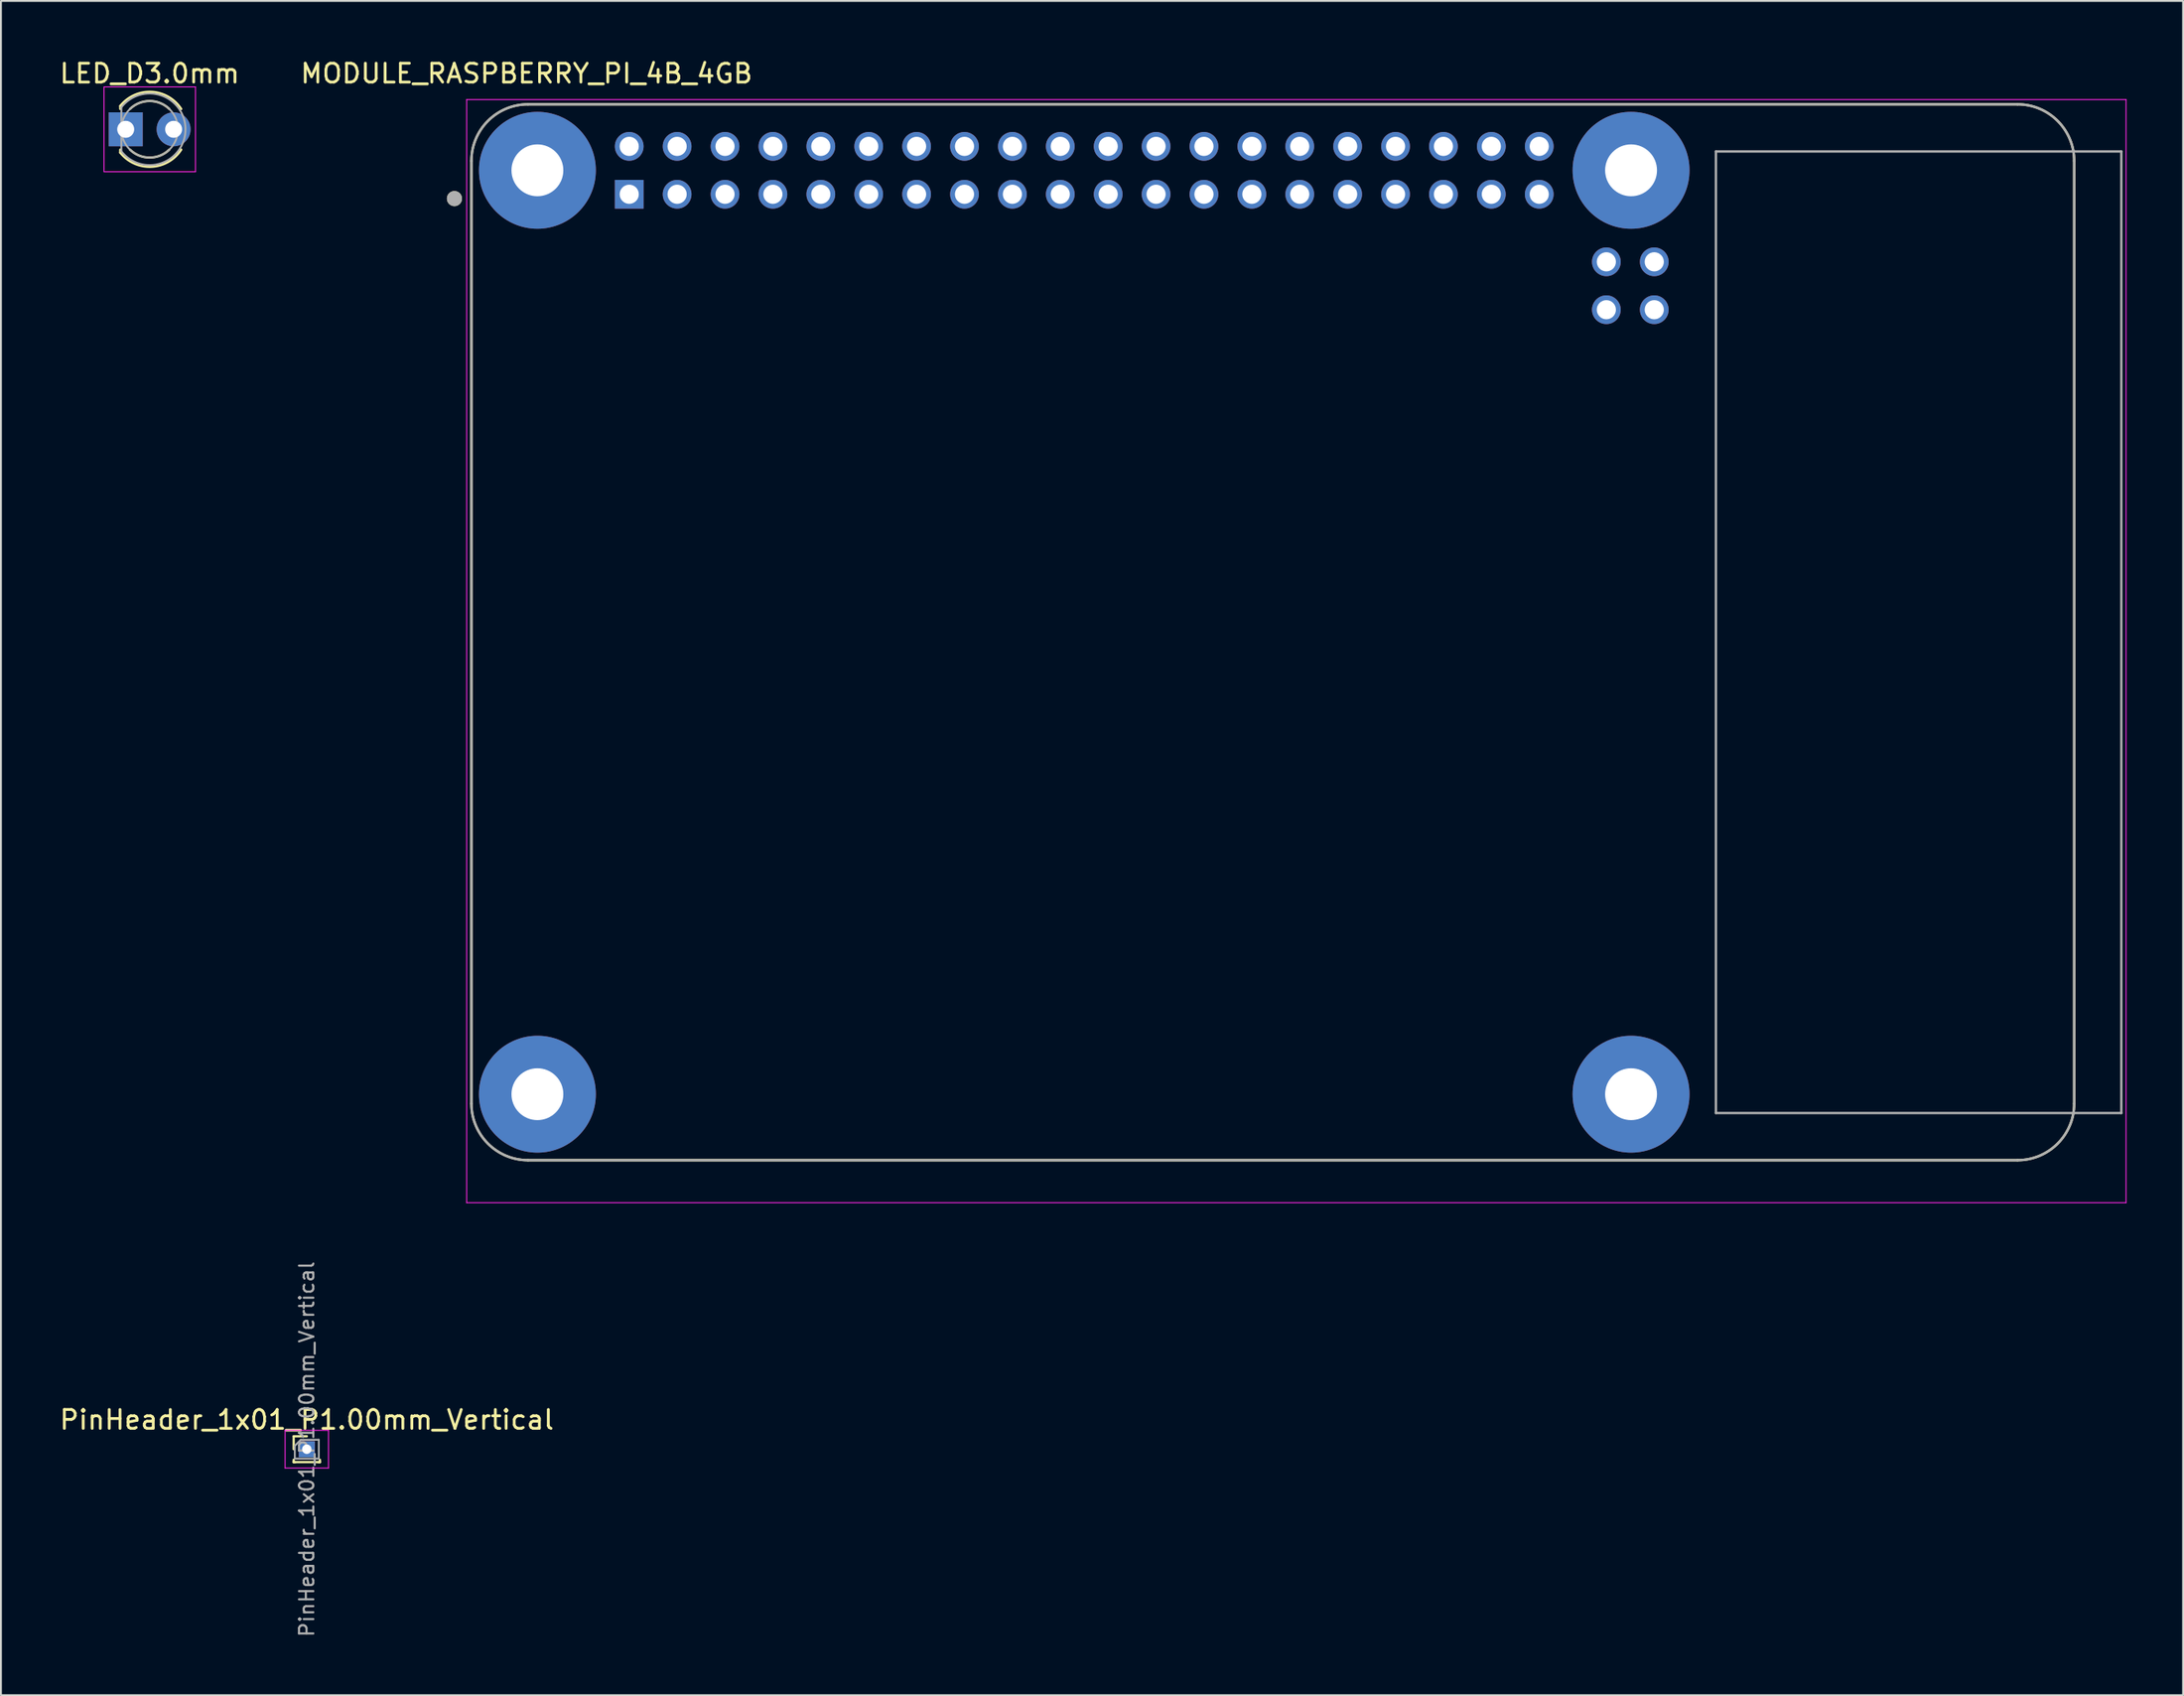
<source format=kicad_pcb>
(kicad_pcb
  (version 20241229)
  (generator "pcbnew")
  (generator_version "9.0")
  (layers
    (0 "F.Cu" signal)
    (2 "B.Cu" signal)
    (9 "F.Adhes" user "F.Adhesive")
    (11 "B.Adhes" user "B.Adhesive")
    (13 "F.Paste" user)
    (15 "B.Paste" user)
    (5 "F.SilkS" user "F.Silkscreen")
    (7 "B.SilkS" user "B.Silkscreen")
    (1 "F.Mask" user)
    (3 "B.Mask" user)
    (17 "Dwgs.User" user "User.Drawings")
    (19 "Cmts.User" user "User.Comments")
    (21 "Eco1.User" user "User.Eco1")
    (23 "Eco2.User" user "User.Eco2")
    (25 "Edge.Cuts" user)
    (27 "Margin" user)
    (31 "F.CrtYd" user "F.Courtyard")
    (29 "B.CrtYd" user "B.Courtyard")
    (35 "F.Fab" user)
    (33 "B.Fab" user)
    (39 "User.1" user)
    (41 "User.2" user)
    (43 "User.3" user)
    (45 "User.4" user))
  (footprint "MODULE_RASPBERRY_PI_4B_4GB"
    (layer "F.Cu")
    (at 64.45 30.483)
    (property "Reference" "MODULE_RASPBERRY_PI_4B_4GB" (at -39.575 -29.635 0) (layer "F.SilkS") (effects (font (size 1 1) (thickness 0.15))))
    (attr through_hole)
    (fp_line (start -42.5 -25) (end -42.5 25) (stroke (width 0.127) (type solid)) (layer "F.SilkS"))
    (fp_line (start -39.5 28) (end 39.5 28) (stroke (width 0.127) (type solid)) (layer "F.SilkS"))
    (fp_line (start 39.5 -28) (end -39.5 -28) (stroke (width 0.127) (type solid)) (layer "F.SilkS"))
    (fp_line (start 42.5 25) (end 42.5 -25) (stroke (width 0.127) (type solid)) (layer "F.SilkS"))
    (fp_arc (start -42.5 -25) (mid -41.62132 -27.12132) (end -39.5 -28) (stroke (width 0.127) (type solid)) (layer "F.SilkS"))
    (fp_arc (start -39.5 28) (mid -41.62132 27.12132) (end -42.5 25) (stroke (width 0.127) (type solid)) (layer "F.SilkS"))
    (fp_arc (start 39.5 -28) (mid 41.62132 -27.12132) (end 42.5 -25) (stroke (width 0.127) (type solid)) (layer "F.SilkS"))
    (fp_arc (start 42.5 25) (mid 41.62132 27.12132) (end 39.5 28) (stroke (width 0.127) (type solid)) (layer "F.SilkS"))
    (fp_circle (center -43.4 -23) (end -43.2 -23) (stroke (width 0.4) (type solid)) (fill no) (layer "F.SilkS"))
    (fp_line (start -42.75 -28.25) (end 45.25 -28.25) (stroke (width 0.05) (type solid)) (layer "F.CrtYd"))
    (fp_line (start -42.75 30.255) (end -42.75 -28.25) (stroke (width 0.05) (type solid)) (layer "F.CrtYd"))
    (fp_line (start 45.25 -28.25) (end 45.25 30.255) (stroke (width 0.05) (type solid)) (layer "F.CrtYd"))
    (fp_line (start 45.25 30.255) (end -42.75 30.255) (stroke (width 0.05) (type solid)) (layer "F.CrtYd"))
    (fp_line (start -42.5 -25) (end -42.5 25) (stroke (width 0.127) (type solid)) (layer "F.Fab"))
    (fp_line (start -39.5 28) (end 39.5 28) (stroke (width 0.127) (type solid)) (layer "F.Fab"))
    (fp_line (start 23.5 -25.5) (end 23.5 25.5) (stroke (width 0.127) (type solid)) (layer "F.Fab"))
    (fp_line (start 23.5 25.5) (end 45 25.5) (stroke (width 0.127) (type solid)) (layer "F.Fab"))
    (fp_line (start 39.5 -28) (end -39.5 -28) (stroke (width 0.127) (type solid)) (layer "F.Fab"))
    (fp_line (start 42.5 25) (end 42.5 -25) (stroke (width 0.127) (type solid)) (layer "F.Fab"))
    (fp_line (start 45 -25.5) (end 23.5 -25.5) (stroke (width 0.127) (type solid)) (layer "F.Fab"))
    (fp_line (start 45 25.5) (end 45 -25.5) (stroke (width 0.127) (type solid)) (layer "F.Fab"))
    (fp_arc (start -42.5 -25) (mid -41.62132 -27.12132) (end -39.5 -28) (stroke (width 0.127) (type solid)) (layer "F.Fab"))
    (fp_arc (start -39.5 28) (mid -41.62132 27.12132) (end -42.5 25) (stroke (width 0.127) (type solid)) (layer "F.Fab"))
    (fp_arc (start 39.5 -28) (mid 41.62132 -27.12132) (end 42.5 -25) (stroke (width 0.127) (type solid)) (layer "F.Fab"))
    (fp_arc (start 42.5 25) (mid 41.62132 27.12132) (end 39.5 28) (stroke (width 0.127) (type solid)) (layer "F.Fab"))
    (fp_circle (center -43.4 -23) (end -43.2 -23) (stroke (width 0.4) (type solid)) (fill no) (layer "F.Fab"))
    (pad "1" thru_hole rect (at -34.13 -23.23 180) (size 1.524 1.524) (drill 1.016) (layers "*.Cu" "*.Mask"))
    (pad "2" thru_hole circle (at -34.13 -25.77 180) (size 1.524 1.524) (drill 1.016) (layers "*.Cu" "*.Mask"))
    (pad "3" thru_hole circle (at -31.59 -23.23 180) (size 1.524 1.524) (drill 1.016) (layers "*.Cu" "*.Mask"))
    (pad "4" thru_hole circle (at -31.59 -25.77 180) (size 1.524 1.524) (drill 1.016) (layers "*.Cu" "*.Mask"))
    (pad "5" thru_hole circle (at -29.05 -23.23 180) (size 1.524 1.524) (drill 1.016) (layers "*.Cu" "*.Mask"))
    (pad "6" thru_hole circle (at -29.05 -25.77 180) (size 1.524 1.524) (drill 1.016) (layers "*.Cu" "*.Mask"))
    (pad "7" thru_hole circle (at -26.51 -23.23 180) (size 1.524 1.524) (drill 1.016) (layers "*.Cu" "*.Mask"))
    (pad "8" thru_hole circle (at -26.51 -25.77 180) (size 1.524 1.524) (drill 1.016) (layers "*.Cu" "*.Mask"))
    (pad "9" thru_hole circle (at -23.97 -23.23 180) (size 1.524 1.524) (drill 1.016) (layers "*.Cu" "*.Mask"))
    (pad "10" thru_hole circle (at -23.97 -25.77 180) (size 1.524 1.524) (drill 1.016) (layers "*.Cu" "*.Mask"))
    (pad "11" thru_hole circle (at -21.43 -23.23 180) (size 1.524 1.524) (drill 1.016) (layers "*.Cu" "*.Mask"))
    (pad "12" thru_hole circle (at -21.43 -25.77 180) (size 1.524 1.524) (drill 1.016) (layers "*.Cu" "*.Mask"))
    (pad "13" thru_hole circle (at -18.89 -23.23 180) (size 1.524 1.524) (drill 1.016) (layers "*.Cu" "*.Mask"))
    (pad "14" thru_hole circle (at -18.89 -25.77 180) (size 1.524 1.524) (drill 1.016) (layers "*.Cu" "*.Mask"))
    (pad "15" thru_hole circle (at -16.35 -23.23 180) (size 1.524 1.524) (drill 1.016) (layers "*.Cu" "*.Mask"))
    (pad "16" thru_hole circle (at -16.35 -25.77 180) (size 1.524 1.524) (drill 1.016) (layers "*.Cu" "*.Mask"))
    (pad "17" thru_hole circle (at -13.81 -23.23 180) (size 1.524 1.524) (drill 1.016) (layers "*.Cu" "*.Mask"))
    (pad "18" thru_hole circle (at -13.81 -25.77 180) (size 1.524 1.524) (drill 1.016) (layers "*.Cu" "*.Mask"))
    (pad "19" thru_hole circle (at -11.27 -23.23 180) (size 1.524 1.524) (drill 1.016) (layers "*.Cu" "*.Mask"))
    (pad "20" thru_hole circle (at -11.27 -25.77 180) (size 1.524 1.524) (drill 1.016) (layers "*.Cu" "*.Mask"))
    (pad "21" thru_hole circle (at -8.73 -23.23 180) (size 1.524 1.524) (drill 1.016) (layers "*.Cu" "*.Mask"))
    (pad "22" thru_hole circle (at -8.73 -25.77 180) (size 1.524 1.524) (drill 1.016) (layers "*.Cu" "*.Mask"))
    (pad "23" thru_hole circle (at -6.19 -23.23 180) (size 1.524 1.524) (drill 1.016) (layers "*.Cu" "*.Mask"))
    (pad "24" thru_hole circle (at -6.19 -25.77 180) (size 1.524 1.524) (drill 1.016) (layers "*.Cu" "*.Mask"))
    (pad "25" thru_hole circle (at -3.65 -23.23 180) (size 1.524 1.524) (drill 1.016) (layers "*.Cu" "*.Mask"))
    (pad "26" thru_hole circle (at -3.65 -25.77 180) (size 1.524 1.524) (drill 1.016) (layers "*.Cu" "*.Mask"))
    (pad "27" thru_hole circle (at -1.11 -23.23 180) (size 1.524 1.524) (drill 1.016) (layers "*.Cu" "*.Mask"))
    (pad "28" thru_hole circle (at -1.11 -25.77 180) (size 1.524 1.524) (drill 1.016) (layers "*.Cu" "*.Mask"))
    (pad "29" thru_hole circle (at 1.43 -23.23 180) (size 1.524 1.524) (drill 1.016) (layers "*.Cu" "*.Mask"))
    (pad "30" thru_hole circle (at 1.43 -25.77 180) (size 1.524 1.524) (drill 1.016) (layers "*.Cu" "*.Mask"))
    (pad "31" thru_hole circle (at 3.97 -23.23 180) (size 1.524 1.524) (drill 1.016) (layers "*.Cu" "*.Mask"))
    (pad "32" thru_hole circle (at 3.97 -25.77 180) (size 1.524 1.524) (drill 1.016) (layers "*.Cu" "*.Mask"))
    (pad "33" thru_hole circle (at 6.51 -23.23 180) (size 1.524 1.524) (drill 1.016) (layers "*.Cu" "*.Mask"))
    (pad "34" thru_hole circle (at 6.51 -25.77 180) (size 1.524 1.524) (drill 1.016) (layers "*.Cu" "*.Mask"))
    (pad "35" thru_hole circle (at 9.05 -23.23 180) (size 1.524 1.524) (drill 1.016) (layers "*.Cu" "*.Mask"))
    (pad "36" thru_hole circle (at 9.05 -25.77 180) (size 1.524 1.524) (drill 1.016) (layers "*.Cu" "*.Mask"))
    (pad "37" thru_hole circle (at 11.59 -23.23 180) (size 1.524 1.524) (drill 1.016) (layers "*.Cu" "*.Mask"))
    (pad "38" thru_hole circle (at 11.59 -25.77 180) (size 1.524 1.524) (drill 1.016) (layers "*.Cu" "*.Mask"))
    (pad "39" thru_hole circle (at 14.13 -23.23 180) (size 1.524 1.524) (drill 1.016) (layers "*.Cu" "*.Mask"))
    (pad "40" thru_hole circle (at 14.13 -25.77 180) (size 1.524 1.524) (drill 1.016) (layers "*.Cu" "*.Mask"))
    (pad "41" thru_hole circle (at 20.23 -17.107 180) (size 1.524 1.524) (drill 1.016) (layers "*.Cu" "*.Mask"))
    (pad "42" thru_hole circle (at 20.23 -19.647 180) (size 1.524 1.524) (drill 1.016) (layers "*.Cu" "*.Mask"))
    (pad "43" thru_hole circle (at 17.69 -17.107 180) (size 1.524 1.524) (drill 1.016) (layers "*.Cu" "*.Mask"))
    (pad "44" thru_hole circle (at 17.69 -19.647 180) (size 1.524 1.524) (drill 1.016) (layers "*.Cu" "*.Mask"))
    (pad "S1" thru_hole circle (at -39 -24.5 180) (size 6.2 6.2) (drill 2.75) (layers "*.Cu" "*.Mask"))
    (pad "S2" thru_hole circle (at 19 -24.5 180) (size 6.2 6.2) (drill 2.75) (layers "*.Cu" "*.Mask"))
    (pad "S3" thru_hole circle (at 19 24.5 180) (size 6.2 6.2) (drill 2.75) (layers "*.Cu" "*.Mask"))
    (pad "S4" thru_hole circle (at -39 24.5 180) (size 6.2 6.2) (drill 2.75) (layers "*.Cu" "*.Mask")))
  (footprint "LED_D3.0mm"
    (layer "F.Cu")
    (at 3.617 3.808)
    (property "Reference" "LED_D3.0mm" (at 1.27 -2.96 0) (layer "F.SilkS") (effects (font (size 1 1) (thickness 0.15))))
    (attr through_hole)
    (fp_line (start -0.29 -1.236) (end -0.29 -1.08) (stroke (width 0.12) (type solid)) (layer "F.SilkS"))
    (fp_line (start -0.29 1.08) (end -0.29 1.236) (stroke (width 0.12) (type solid)) (layer "F.SilkS"))
    (fp_arc (start -0.29 -1.235516) (mid 1.366487 -1.987659) (end 2.942335 -1.078608) (stroke (width 0.12) (type solid)) (layer "F.SilkS"))
    (fp_arc (start 0.229039 -1.08) (mid 1.270117 -1.5) (end 2.31113 -1.079837) (stroke (width 0.12) (type solid)) (layer "F.SilkS"))
    (fp_arc (start 2.31113 1.079837) (mid 1.270117 1.5) (end 0.229039 1.08) (stroke (width 0.12) (type solid)) (layer "F.SilkS"))
    (fp_arc (start 2.942335 1.078608) (mid 1.366487 1.987659) (end -0.29 1.235516) (stroke (width 0.12) (type solid)) (layer "F.SilkS"))
    (fp_line (start -1.15 -2.25) (end -1.15 2.25) (stroke (width 0.05) (type solid)) (layer "F.CrtYd"))
    (fp_line (start -1.15 2.25) (end 3.7 2.25) (stroke (width 0.05) (type solid)) (layer "F.CrtYd"))
    (fp_line (start 3.7 -2.25) (end -1.15 -2.25) (stroke (width 0.05) (type solid)) (layer "F.CrtYd"))
    (fp_line (start 3.7 2.25) (end 3.7 -2.25) (stroke (width 0.05) (type solid)) (layer "F.CrtYd"))
    (fp_line (start -0.23 -1.166) (end -0.23 1.166) (stroke (width 0.1) (type solid)) (layer "F.Fab"))
    (fp_arc (start -0.23 -1.16619) (mid 3.17 0.000452) (end -0.230555 1.165476) (stroke (width 0.1) (type solid)) (layer "F.Fab"))
    (fp_circle (center 1.27 0) (end 2.77 0) (stroke (width 0.1) (type solid)) (fill no) (layer "F.Fab"))
    (pad "1" thru_hole rect (at 0 0) (size 1.8 1.8) (drill 0.9) (layers "*.Cu" "*.Mask"))
    (pad "2" thru_hole circle (at 2.54 0) (size 1.8 1.8) (drill 0.9) (layers "*.Cu" "*.Mask")))
  (footprint "PinHeader_1x01_P1.00mm_Vertical"
    (layer "F.Cu")
    (at 13.22 73.811)
    (property "Reference" "PinHeader_1x01_P1.00mm_Vertical" (at 0 -1.56 0) (layer "F.SilkS") (effects (font (size 1 1) (thickness 0.15))))
    (attr through_hole)
    (fp_line (start -0.695 -0.685) (end 0 -0.685) (stroke (width 0.12) (type solid)) (layer "F.SilkS"))
    (fp_line (start -0.695 0) (end -0.695 -0.685) (stroke (width 0.12) (type solid)) (layer "F.SilkS"))
    (fp_line (start -0.695 0.685) (end -0.695 0.56) (stroke (width 0.12) (type solid)) (layer "F.SilkS"))
    (fp_line (start -0.695 0.685) (end -0.608 0.685) (stroke (width 0.12) (type solid)) (layer "F.SilkS"))
    (fp_line (start -0.695 0.685) (end 0.695 0.685) (stroke (width 0.12) (type solid)) (layer "F.SilkS"))
    (fp_line (start 0.608 0.685) (end 0.695 0.685) (stroke (width 0.12) (type solid)) (layer "F.SilkS"))
    (fp_line (start 0.695 0.685) (end 0.695 0.56) (stroke (width 0.12) (type solid)) (layer "F.SilkS"))
    (fp_line (start -1.15 -1) (end -1.15 1) (stroke (width 0.05) (type solid)) (layer "F.CrtYd"))
    (fp_line (start -1.15 1) (end 1.15 1) (stroke (width 0.05) (type solid)) (layer "F.CrtYd"))
    (fp_line (start 1.15 -1) (end -1.15 -1) (stroke (width 0.05) (type solid)) (layer "F.CrtYd"))
    (fp_line (start 1.15 1) (end 1.15 -1) (stroke (width 0.05) (type solid)) (layer "F.CrtYd"))
    (fp_line (start -0.635 -0.182) (end -0.318 -0.5) (stroke (width 0.1) (type solid)) (layer "F.Fab"))
    (fp_line (start -0.635 0.5) (end -0.635 -0.182) (stroke (width 0.1) (type solid)) (layer "F.Fab"))
    (fp_line (start -0.318 -0.5) (end 0.635 -0.5) (stroke (width 0.1) (type solid)) (layer "F.Fab"))
    (fp_line (start 0.635 -0.5) (end 0.635 0.5) (stroke (width 0.1) (type solid)) (layer "F.Fab"))
    (fp_line (start 0.635 0.5) (end -0.635 0.5) (stroke (width 0.1) (type solid)) (layer "F.Fab"))
    (fp_text user "${REFERENCE}" (at 0 0 90) (layer "F.Fab") (effects (font (size 0.76 0.76) (thickness 0.114))))
    (pad "1" thru_hole rect (at 0 0 180) (size 0.85 0.85) (drill 0.5) (layers "*.Cu" "*.Mask")))
  (gr_rect
    (start -3 -3)
    (end 112.725 86.858)
    (stroke (width 0.1) (type default))
    (fill no)
    (layer "Edge.Cuts")))
</source>
